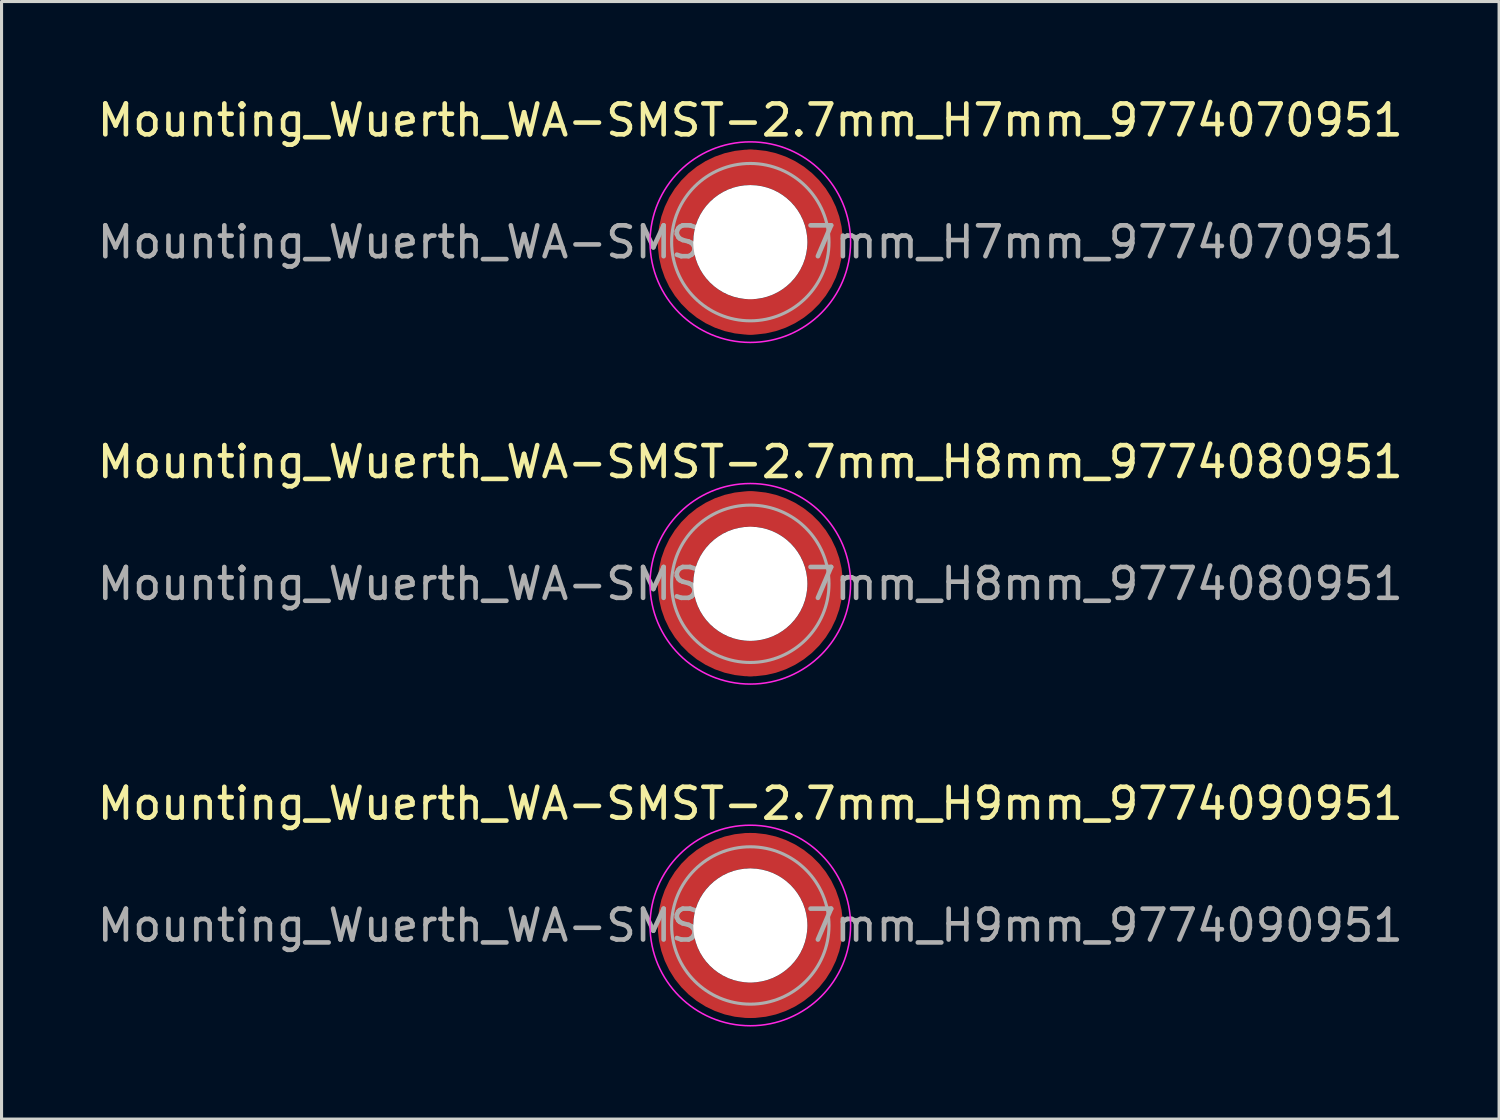
<source format=kicad_pcb>
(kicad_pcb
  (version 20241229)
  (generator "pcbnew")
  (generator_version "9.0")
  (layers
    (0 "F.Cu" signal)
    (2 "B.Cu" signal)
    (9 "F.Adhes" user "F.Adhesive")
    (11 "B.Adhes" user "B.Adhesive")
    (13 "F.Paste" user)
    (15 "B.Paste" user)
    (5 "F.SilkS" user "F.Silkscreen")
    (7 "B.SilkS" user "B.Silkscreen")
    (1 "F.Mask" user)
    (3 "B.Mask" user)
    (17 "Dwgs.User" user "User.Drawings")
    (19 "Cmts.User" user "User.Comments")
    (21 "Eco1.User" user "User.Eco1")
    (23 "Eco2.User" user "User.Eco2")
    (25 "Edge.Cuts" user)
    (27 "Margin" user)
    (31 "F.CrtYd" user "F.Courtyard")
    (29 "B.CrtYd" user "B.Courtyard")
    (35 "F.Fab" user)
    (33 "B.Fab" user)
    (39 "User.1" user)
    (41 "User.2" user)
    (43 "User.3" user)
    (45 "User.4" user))
  (footprint "Mounting_Wuerth_WA-SMST-2.7mm_H7mm_9774070951"
    (layer "F.Cu")
    (at 21.268 4.798)
    (property "Reference" "Mounting_Wuerth_WA-SMST-2.7mm_H7mm_9774070951" (at 0 -3.95 0) (layer "F.SilkS") (effects (font (size 1 1) (thickness 0.15))))
    (attr smd)
    (fp_circle (center 0 0) (end 3.25 0) (stroke (width 0.05) (type solid)) (fill no) (layer "F.CrtYd"))
    (fp_circle (center 0 0) (end 2.55 0) (stroke (width 0.1) (type solid)) (fill no) (layer "F.Fab"))
    (fp_text user "${REFERENCE}" (at 0 0 0) (layer "F.Fab") (effects (font (size 1 1) (thickness 0.15))))
    (pad "" smd custom (at -1.704 -1.704) (size 0.51 0.51) (layers "F.Paste") (options (anchor circle)) (primitives (gr_arc (start -0.250195 1.279127) (mid 0.289914 0.289914) (end 1.279127 -0.250195) (width 0.2)) (gr_arc (start -0.34334 1.279127) (mid 0.225488 0.225488) (end 1.279127 -0.34334) (width 0.2)) (gr_arc (start -0.436309 1.279127) (mid 0.161063 0.161063) (end 1.279127 -0.436309) (width 0.2)) (gr_arc (start -0.529126 1.279127) (mid 0.096638 0.096638) (end 1.279127 -0.529126) (width 0.2)) (gr_arc (start -0.621807 1.279127) (mid 0.032213 0.032213) (end 1.279127 -0.621807) (width 0.2)) (gr_arc (start -0.71437 1.279127) (mid -0.032213 -0.032213) (end 1.279127 -0.71437) (width 0.2)) (gr_arc (start -0.806826 1.279127) (mid -0.096638 -0.096638) (end 1.279127 -0.806826) (width 0.2)) (gr_arc (start -0.899187 1.279127) (mid -0.161063 -0.161063) (end 1.279127 -0.899187) (width 0.2)) (gr_arc (start -0.991463 1.279127) (mid -0.225488 -0.225488) (end 1.279127 -0.991463) (width 0.2)) (gr_arc (start -1.083663 1.279127) (mid -0.289914 -0.289914) (end 1.279127 -1.083663) (width 0.2)) (gr_line (start 1.279 -0.25) (end 1.279 -1.084) (width 0.2)) (gr_line (start -0.25 1.279) (end -1.084 1.279) (width 0.2))))
    (pad "" smd custom (at -1.704 1.704) (size 0.51 0.51) (layers "F.Paste") (options (anchor circle)) (primitives (gr_arc (start 1.279127 0.250195) (mid 0.289914 -0.289914) (end -0.250195 -1.279127) (width 0.2)) (gr_arc (start 1.279127 0.34334) (mid 0.225488 -0.225488) (end -0.34334 -1.279127) (width 0.2)) (gr_arc (start 1.279127 0.436309) (mid 0.161063 -0.161063) (end -0.436309 -1.279127) (width 0.2)) (gr_arc (start 1.279127 0.529126) (mid 0.096638 -0.096638) (end -0.529126 -1.279127) (width 0.2)) (gr_arc (start 1.279127 0.621807) (mid 0.032213 -0.032213) (end -0.621807 -1.279127) (width 0.2)) (gr_arc (start 1.279127 0.71437) (mid -0.032213 0.032213) (end -0.71437 -1.279127) (width 0.2)) (gr_arc (start 1.279127 0.806826) (mid -0.096638 0.096638) (end -0.806826 -1.279127) (width 0.2)) (gr_arc (start 1.279127 0.899187) (mid -0.161063 0.161063) (end -0.899187 -1.279127) (width 0.2)) (gr_arc (start 1.279127 0.991463) (mid -0.225488 0.225488) (end -0.991463 -1.279127) (width 0.2)) (gr_arc (start 1.279127 1.083663) (mid -0.289914 0.289914) (end -1.083663 -1.279127) (width 0.2)) (gr_line (start -0.25 -1.279) (end -1.084 -1.279) (width 0.2)) (gr_line (start 1.279 0.25) (end 1.279 1.084) (width 0.2))))
    (pad "" np_thru_hole circle (at 0 0) (size 3.7 3.7) (drill 3.7) (layers "*.Cu" "*.Mask"))
    (pad "" smd custom (at 1.704 -1.704) (size 0.51 0.51) (layers "F.Paste") (options (anchor circle)) (primitives (gr_arc (start -1.279127 -0.250195) (mid -0.289914 0.289914) (end 0.250195 1.279127) (width 0.2)) (gr_arc (start -1.279127 -0.34334) (mid -0.225488 0.225488) (end 0.34334 1.279127) (width 0.2)) (gr_arc (start -1.279127 -0.436309) (mid -0.161063 0.161063) (end 0.436309 1.279127) (width 0.2)) (gr_arc (start -1.279127 -0.529126) (mid -0.096638 0.096638) (end 0.529126 1.279127) (width 0.2)) (gr_arc (start -1.279127 -0.621807) (mid -0.032213 0.032213) (end 0.621807 1.279127) (width 0.2)) (gr_arc (start -1.279127 -0.71437) (mid 0.032213 -0.032213) (end 0.71437 1.279127) (width 0.2)) (gr_arc (start -1.279127 -0.806826) (mid 0.096638 -0.096638) (end 0.806826 1.279127) (width 0.2)) (gr_arc (start -1.279127 -0.899187) (mid 0.161063 -0.161063) (end 0.899187 1.279127) (width 0.2)) (gr_arc (start -1.279127 -0.991463) (mid 0.225488 -0.225488) (end 0.991463 1.279127) (width 0.2)) (gr_arc (start -1.279127 -1.083663) (mid 0.289914 -0.289914) (end 1.083663 1.279127) (width 0.2)) (gr_line (start 0.25 1.279) (end 1.084 1.279) (width 0.2)) (gr_line (start -1.279 -0.25) (end -1.279 -1.084) (width 0.2))))
    (pad "" smd custom (at 1.704 1.704) (size 0.51 0.51) (layers "F.Paste") (options (anchor circle)) (primitives (gr_arc (start 0.250195 -1.279127) (mid -0.289914 -0.289914) (end -1.279127 0.250195) (width 0.2)) (gr_arc (start 0.34334 -1.279127) (mid -0.225488 -0.225488) (end -1.279127 0.34334) (width 0.2)) (gr_arc (start 0.436309 -1.279127) (mid -0.161063 -0.161063) (end -1.279127 0.436309) (width 0.2)) (gr_arc (start 0.529126 -1.279127) (mid -0.096638 -0.096638) (end -1.279127 0.529126) (width 0.2)) (gr_arc (start 0.621807 -1.279127) (mid -0.032213 -0.032213) (end -1.279127 0.621807) (width 0.2)) (gr_arc (start 0.71437 -1.279127) (mid 0.032213 0.032213) (end -1.279127 0.71437) (width 0.2)) (gr_arc (start 0.806826 -1.279127) (mid 0.096638 0.096638) (end -1.279127 0.806826) (width 0.2)) (gr_arc (start 0.899187 -1.279127) (mid 0.161063 0.161063) (end -1.279127 0.899187) (width 0.2)) (gr_arc (start 0.991463 -1.279127) (mid 0.225488 0.225488) (end -1.279127 0.991463) (width 0.2)) (gr_arc (start 1.083663 -1.279127) (mid 0.289914 0.289914) (end -1.279127 1.083663) (width 0.2)) (gr_line (start -1.279 0.25) (end -1.279 1.084) (width 0.2)) (gr_line (start 0.25 -1.279) (end 1.084 -1.279) (width 0.2))))
    (pad "1" smd circle (at -2.425 0) (size 1.15 1.15) (layers "F.Cu"))
    (pad "1" smd circle (at 0 -2.425) (size 1.15 1.15) (layers "F.Cu"))
    (pad "1" smd circle (at 0 2.425) (size 1.15 1.15) (layers "F.Cu"))
    (pad "1" smd custom (at 2.425 0) (size 1.15 1.15) (layers "F.Cu" "F.Mask") (options (anchor circle)) (primitives (gr_circle (center -2.425 0) (end 0 0) (width 1.15) (fill no)))))
  (footprint "Mounting_Wuerth_WA-SMST-2.7mm_H8mm_9774080951"
    (layer "F.Cu")
    (at 21.268 15.871)
    (property "Reference" "Mounting_Wuerth_WA-SMST-2.7mm_H8mm_9774080951" (at 0 -3.95 0) (layer "F.SilkS") (effects (font (size 1 1) (thickness 0.15))))
    (attr smd)
    (fp_circle (center 0 0) (end 3.25 0) (stroke (width 0.05) (type solid)) (fill no) (layer "F.CrtYd"))
    (fp_circle (center 0 0) (end 2.55 0) (stroke (width 0.1) (type solid)) (fill no) (layer "F.Fab"))
    (fp_text user "${REFERENCE}" (at 0 0 0) (layer "F.Fab") (effects (font (size 1 1) (thickness 0.15))))
    (pad "" smd custom (at -1.704 -1.704) (size 1.02 1.02) (layers "F.Paste") (options (anchor circle)) (primitives (gr_arc (start -0.250195 1.279127) (mid 0.289914 0.289914) (end 1.279127 -0.250195) (width 0.2)) (gr_arc (start -0.34334 1.279127) (mid 0.225488 0.225488) (end 1.279127 -0.34334) (width 0.2)) (gr_arc (start -0.436309 1.279127) (mid 0.161063 0.161063) (end 1.279127 -0.436309) (width 0.2)) (gr_arc (start -0.529126 1.279127) (mid 0.096638 0.096638) (end 1.279127 -0.529126) (width 0.2)) (gr_arc (start -0.621807 1.279127) (mid 0.032213 0.032213) (end 1.279127 -0.621807) (width 0.2)) (gr_arc (start -0.71437 1.279127) (mid -0.032213 -0.032213) (end 1.279127 -0.71437) (width 0.2)) (gr_arc (start -0.806826 1.279127) (mid -0.096638 -0.096638) (end 1.279127 -0.806826) (width 0.2)) (gr_arc (start -0.899187 1.279127) (mid -0.161063 -0.161063) (end 1.279127 -0.899187) (width 0.2)) (gr_arc (start -0.991463 1.279127) (mid -0.225488 -0.225488) (end 1.279127 -0.991463) (width 0.2)) (gr_arc (start -1.083663 1.279127) (mid -0.289914 -0.289914) (end 1.279127 -1.083663) (width 0.2)) (gr_line (start 1.279 -0.25) (end 1.279 -1.084) (width 0.2)) (gr_line (start -0.25 1.279) (end -1.084 1.279) (width 0.2))))
    (pad "" smd custom (at -1.704 1.704) (size 1.02 1.02) (layers "F.Paste") (options (anchor circle)) (primitives (gr_arc (start 1.279127 0.250195) (mid 0.289914 -0.289914) (end -0.250195 -1.279127) (width 0.2)) (gr_arc (start 1.279127 0.34334) (mid 0.225488 -0.225488) (end -0.34334 -1.279127) (width 0.2)) (gr_arc (start 1.279127 0.436309) (mid 0.161063 -0.161063) (end -0.436309 -1.279127) (width 0.2)) (gr_arc (start 1.279127 0.529126) (mid 0.096638 -0.096638) (end -0.529126 -1.279127) (width 0.2)) (gr_arc (start 1.279127 0.621807) (mid 0.032213 -0.032213) (end -0.621807 -1.279127) (width 0.2)) (gr_arc (start 1.279127 0.71437) (mid -0.032213 0.032213) (end -0.71437 -1.279127) (width 0.2)) (gr_arc (start 1.279127 0.806826) (mid -0.096638 0.096638) (end -0.806826 -1.279127) (width 0.2)) (gr_arc (start 1.279127 0.899187) (mid -0.161063 0.161063) (end -0.899187 -1.279127) (width 0.2)) (gr_arc (start 1.279127 0.991463) (mid -0.225488 0.225488) (end -0.991463 -1.279127) (width 0.2)) (gr_arc (start 1.279127 1.083663) (mid -0.289914 0.289914) (end -1.083663 -1.279127) (width 0.2)) (gr_line (start -0.25 -1.279) (end -1.084 -1.279) (width 0.2)) (gr_line (start 1.279 0.25) (end 1.279 1.084) (width 0.2))))
    (pad "" np_thru_hole circle (at 0 0) (size 3.7 3.7) (drill 3.7) (layers "*.Cu" "*.Mask"))
    (pad "" smd custom (at 1.704 -1.704) (size 1.02 1.02) (layers "F.Paste") (options (anchor circle)) (primitives (gr_arc (start -1.279127 -0.250195) (mid -0.289914 0.289914) (end 0.250195 1.279127) (width 0.2)) (gr_arc (start -1.279127 -0.34334) (mid -0.225488 0.225488) (end 0.34334 1.279127) (width 0.2)) (gr_arc (start -1.279127 -0.436309) (mid -0.161063 0.161063) (end 0.436309 1.279127) (width 0.2)) (gr_arc (start -1.279127 -0.529126) (mid -0.096638 0.096638) (end 0.529126 1.279127) (width 0.2)) (gr_arc (start -1.279127 -0.621807) (mid -0.032213 0.032213) (end 0.621807 1.279127) (width 0.2)) (gr_arc (start -1.279127 -0.71437) (mid 0.032213 -0.032213) (end 0.71437 1.279127) (width 0.2)) (gr_arc (start -1.279127 -0.806826) (mid 0.096638 -0.096638) (end 0.806826 1.279127) (width 0.2)) (gr_arc (start -1.279127 -0.899187) (mid 0.161063 -0.161063) (end 0.899187 1.279127) (width 0.2)) (gr_arc (start -1.279127 -0.991463) (mid 0.225488 -0.225488) (end 0.991463 1.279127) (width 0.2)) (gr_arc (start -1.279127 -1.083663) (mid 0.289914 -0.289914) (end 1.083663 1.279127) (width 0.2)) (gr_line (start 0.25 1.279) (end 1.084 1.279) (width 0.2)) (gr_line (start -1.279 -0.25) (end -1.279 -1.084) (width 0.2))))
    (pad "" smd custom (at 1.704 1.704) (size 1.02 1.02) (layers "F.Paste") (options (anchor circle)) (primitives (gr_arc (start 0.250195 -1.279127) (mid -0.289914 -0.289914) (end -1.279127 0.250195) (width 0.2)) (gr_arc (start 0.34334 -1.279127) (mid -0.225488 -0.225488) (end -1.279127 0.34334) (width 0.2)) (gr_arc (start 0.436309 -1.279127) (mid -0.161063 -0.161063) (end -1.279127 0.436309) (width 0.2)) (gr_arc (start 0.529126 -1.279127) (mid -0.096638 -0.096638) (end -1.279127 0.529126) (width 0.2)) (gr_arc (start 0.621807 -1.279127) (mid -0.032213 -0.032213) (end -1.279127 0.621807) (width 0.2)) (gr_arc (start 0.71437 -1.279127) (mid 0.032213 0.032213) (end -1.279127 0.71437) (width 0.2)) (gr_arc (start 0.806826 -1.279127) (mid 0.096638 0.096638) (end -1.279127 0.806826) (width 0.2)) (gr_arc (start 0.899187 -1.279127) (mid 0.161063 0.161063) (end -1.279127 0.899187) (width 0.2)) (gr_arc (start 0.991463 -1.279127) (mid 0.225488 0.225488) (end -1.279127 0.991463) (width 0.2)) (gr_arc (start 1.083663 -1.279127) (mid 0.289914 0.289914) (end -1.279127 1.083663) (width 0.2)) (gr_line (start -1.279 0.25) (end -1.279 1.084) (width 0.2)) (gr_line (start 0.25 -1.279) (end 1.084 -1.279) (width 0.2))))
    (pad "1" smd circle (at -2.425 0) (size 1.15 1.15) (layers "F.Cu"))
    (pad "1" smd circle (at 0 -2.425) (size 1.15 1.15) (layers "F.Cu"))
    (pad "1" smd circle (at 0 2.425) (size 1.15 1.15) (layers "F.Cu"))
    (pad "1" smd custom (at 2.425 0) (size 1.15 1.15) (layers "F.Cu" "F.Mask") (options (anchor circle)) (primitives (gr_circle (center -2.425 0) (end 0 0) (width 1.15) (fill no)))))
  (footprint "Mounting_Wuerth_WA-SMST-2.7mm_H9mm_9774090951"
    (layer "F.Cu")
    (at 21.268 26.945)
    (property "Reference" "Mounting_Wuerth_WA-SMST-2.7mm_H9mm_9774090951" (at 0 -3.95 0) (layer "F.SilkS") (effects (font (size 1 1) (thickness 0.15))))
    (attr smd)
    (fp_circle (center 0 0) (end 3.25 0) (stroke (width 0.05) (type solid)) (fill no) (layer "F.CrtYd"))
    (fp_circle (center 0 0) (end 2.55 0) (stroke (width 0.1) (type solid)) (fill no) (layer "F.Fab"))
    (fp_text user "${REFERENCE}" (at 0 0 0) (layer "F.Fab") (effects (font (size 1 1) (thickness 0.15))))
    (pad "" smd custom (at -1.704 -1.704) (size 1.02 1.02) (layers "F.Paste") (options (anchor circle)) (primitives (gr_arc (start -0.371355 1.124127) (mid 0.180312 0.180312) (end 1.124127 -0.371355) (width 0.51)) (gr_arc (start -0.635039 1.124127) (mid 0 0) (end 1.124127 -0.635039) (width 0.51)) (gr_arc (start -0.896993 1.124127) (mid -0.180313 -0.180313) (end 1.124127 -0.896993) (width 0.51)) (gr_line (start 1.124 -0.371) (end 1.124 -0.897) (width 0.51)) (gr_line (start -0.371 1.124) (end -0.897 1.124) (width 0.51))))
    (pad "" smd custom (at -1.704 1.704) (size 1.02 1.02) (layers "F.Paste") (options (anchor circle)) (primitives (gr_arc (start 1.124127 0.371355) (mid 0.180312 -0.180312) (end -0.371355 -1.124127) (width 0.51)) (gr_arc (start 1.124127 0.635039) (mid 0 0) (end -0.635039 -1.124127) (width 0.51)) (gr_arc (start 1.124127 0.896993) (mid -0.180313 0.180313) (end -0.896993 -1.124127) (width 0.51)) (gr_line (start -0.371 -1.124) (end -0.897 -1.124) (width 0.51)) (gr_line (start 1.124 0.371) (end 1.124 0.897) (width 0.51))))
    (pad "" np_thru_hole circle (at 0 0) (size 3.7 3.7) (drill 3.7) (layers "*.Cu" "*.Mask"))
    (pad "" smd custom (at 1.704 -1.704) (size 1.02 1.02) (layers "F.Paste") (options (anchor circle)) (primitives (gr_arc (start -1.124127 -0.371355) (mid -0.180312 0.180312) (end 0.371355 1.124127) (width 0.51)) (gr_arc (start -1.124127 -0.635039) (mid 0 0) (end 0.635039 1.124127) (width 0.51)) (gr_arc (start -1.124127 -0.896993) (mid 0.180313 -0.180313) (end 0.896993 1.124127) (width 0.51)) (gr_line (start 0.371 1.124) (end 0.897 1.124) (width 0.51)) (gr_line (start -1.124 -0.371) (end -1.124 -0.897) (width 0.51))))
    (pad "" smd custom (at 1.704 1.704) (size 1.02 1.02) (layers "F.Paste") (options (anchor circle)) (primitives (gr_arc (start 0.371355 -1.124127) (mid -0.180312 -0.180312) (end -1.124127 0.371355) (width 0.51)) (gr_arc (start 0.635039 -1.124127) (mid 0 0) (end -1.124127 0.635039) (width 0.51)) (gr_arc (start 0.896993 -1.124127) (mid 0.180313 0.180313) (end -1.124127 0.896993) (width 0.51)) (gr_line (start -1.124 0.371) (end -1.124 0.897) (width 0.51)) (gr_line (start 0.371 -1.124) (end 0.897 -1.124) (width 0.51))))
    (pad "1" smd circle (at -2.425 0) (size 1.15 1.15) (layers "F.Cu"))
    (pad "1" smd circle (at 0 -2.425) (size 1.15 1.15) (layers "F.Cu"))
    (pad "1" smd circle (at 0 2.425) (size 1.15 1.15) (layers "F.Cu"))
    (pad "1" smd custom (at 2.425 0) (size 1.15 1.15) (layers "F.Cu" "F.Mask") (options (anchor circle)) (primitives (gr_circle (center -2.425 0) (end 0 0) (width 1.15) (fill no)))))
  (gr_rect
    (start -3 -3)
    (end 45.536 33.22)
    (stroke (width 0.1) (type default))
    (fill no)
    (layer "Edge.Cuts")))
</source>
